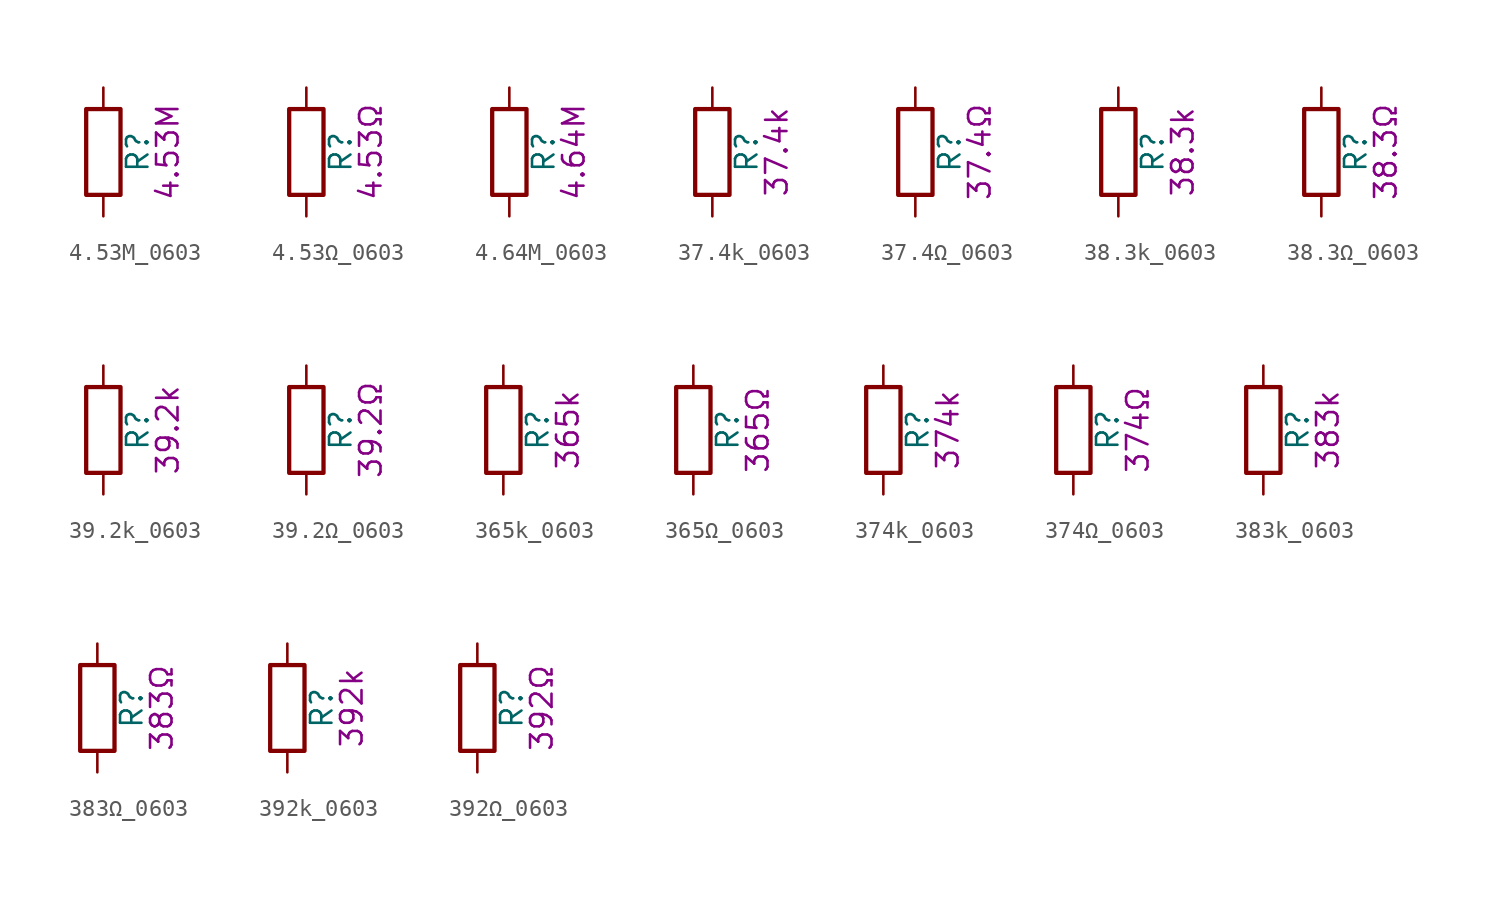
<source format=kicad_sym>
(kicad_symbol_lib
  (version 20211014)
  (generator kicad_symbol_editor)
  (symbol "4.53M_0603"
    (pin_numbers hide)
    (pin_names
      (offset 0))
    (property "Reference" "R"
      (at 2.032 0 90)
      (effects (font (size 1.27 1.27))))
    (property "Display" "4.53M"
      (at 3.81 0 90)
      (effects (font (size 1.27 1.27))))
    (symbol "4.53M_0603_0_1"
      (rectangle (start -1.016 -2.54) (end 1.016 2.54) (stroke (width 0.254) (type default) (color 0 0 0 0)) (fill (type none))))
    (symbol "4.53M_0603_1_1"
      (pin passive line (at 0 3.81 270) (length 1.27) (name "~" (effects (font (size 1.27 1.27)))) (number "1" (effects (font (size 1.27 1.27)))))
      (pin passive line (at 0 -3.81 90) (length 1.27) (name "~" (effects (font (size 1.27 1.27)))) (number "2" (effects (font (size 1.27 1.27)))))))
  (symbol "4.53Ω_0603"
    (pin_numbers hide)
    (pin_names
      (offset 0))
    (property "Reference" "R"
      (at 2.032 0 90)
      (effects (font (size 1.27 1.27))))
    (property "Display" "4.53Ω"
      (at 3.81 0 90)
      (effects (font (size 1.27 1.27))))
    (symbol "4.53Ω_0603_0_1"
      (rectangle (start -1.016 -2.54) (end 1.016 2.54) (stroke (width 0.254) (type default) (color 0 0 0 0)) (fill (type none))))
    (symbol "4.53Ω_0603_1_1"
      (pin passive line (at 0 3.81 270) (length 1.27) (name "~" (effects (font (size 1.27 1.27)))) (number "1" (effects (font (size 1.27 1.27)))))
      (pin passive line (at 0 -3.81 90) (length 1.27) (name "~" (effects (font (size 1.27 1.27)))) (number "2" (effects (font (size 1.27 1.27)))))))
  (symbol "4.64M_0603"
    (pin_numbers hide)
    (pin_names
      (offset 0))
    (property "Reference" "R"
      (at 2.032 0 90)
      (effects (font (size 1.27 1.27))))
    (property "Display" "4.64M"
      (at 3.81 0 90)
      (effects (font (size 1.27 1.27))))
    (symbol "4.64M_0603_0_1"
      (rectangle (start -1.016 -2.54) (end 1.016 2.54) (stroke (width 0.254) (type default) (color 0 0 0 0)) (fill (type none))))
    (symbol "4.64M_0603_1_1"
      (pin passive line (at 0 3.81 270) (length 1.27) (name "~" (effects (font (size 1.27 1.27)))) (number "1" (effects (font (size 1.27 1.27)))))
      (pin passive line (at 0 -3.81 90) (length 1.27) (name "~" (effects (font (size 1.27 1.27)))) (number "2" (effects (font (size 1.27 1.27)))))))
  (symbol "37.4k_0603"
    (pin_numbers hide)
    (pin_names
      (offset 0))
    (property "Reference" "R"
      (at 2.032 0 90)
      (effects (font (size 1.27 1.27))))
    (property "Display" "37.4k"
      (at 3.81 0 90)
      (effects (font (size 1.27 1.27))))
    (symbol "37.4k_0603_0_1"
      (rectangle (start -1.016 -2.54) (end 1.016 2.54) (stroke (width 0.254) (type default) (color 0 0 0 0)) (fill (type none))))
    (symbol "37.4k_0603_1_1"
      (pin passive line (at 0 3.81 270) (length 1.27) (name "~" (effects (font (size 1.27 1.27)))) (number "1" (effects (font (size 1.27 1.27)))))
      (pin passive line (at 0 -3.81 90) (length 1.27) (name "~" (effects (font (size 1.27 1.27)))) (number "2" (effects (font (size 1.27 1.27)))))))
  (symbol "37.4Ω_0603"
    (pin_numbers hide)
    (pin_names
      (offset 0))
    (property "Reference" "R"
      (at 2.032 0 90)
      (effects (font (size 1.27 1.27))))
    (property "Display" "37.4Ω"
      (at 3.81 0 90)
      (effects (font (size 1.27 1.27))))
    (symbol "37.4Ω_0603_0_1"
      (rectangle (start -1.016 -2.54) (end 1.016 2.54) (stroke (width 0.254) (type default) (color 0 0 0 0)) (fill (type none))))
    (symbol "37.4Ω_0603_1_1"
      (pin passive line (at 0 3.81 270) (length 1.27) (name "~" (effects (font (size 1.27 1.27)))) (number "1" (effects (font (size 1.27 1.27)))))
      (pin passive line (at 0 -3.81 90) (length 1.27) (name "~" (effects (font (size 1.27 1.27)))) (number "2" (effects (font (size 1.27 1.27)))))))
  (symbol "38.3k_0603"
    (pin_numbers hide)
    (pin_names
      (offset 0))
    (property "Reference" "R"
      (at 2.032 0 90)
      (effects (font (size 1.27 1.27))))
    (property "Display" "38.3k"
      (at 3.81 0 90)
      (effects (font (size 1.27 1.27))))
    (symbol "38.3k_0603_0_1"
      (rectangle (start -1.016 -2.54) (end 1.016 2.54) (stroke (width 0.254) (type default) (color 0 0 0 0)) (fill (type none))))
    (symbol "38.3k_0603_1_1"
      (pin passive line (at 0 3.81 270) (length 1.27) (name "~" (effects (font (size 1.27 1.27)))) (number "1" (effects (font (size 1.27 1.27)))))
      (pin passive line (at 0 -3.81 90) (length 1.27) (name "~" (effects (font (size 1.27 1.27)))) (number "2" (effects (font (size 1.27 1.27)))))))
  (symbol "38.3Ω_0603"
    (pin_numbers hide)
    (pin_names
      (offset 0))
    (property "Reference" "R"
      (at 2.032 0 90)
      (effects (font (size 1.27 1.27))))
    (property "Display" "38.3Ω"
      (at 3.81 0 90)
      (effects (font (size 1.27 1.27))))
    (symbol "38.3Ω_0603_0_1"
      (rectangle (start -1.016 -2.54) (end 1.016 2.54) (stroke (width 0.254) (type default) (color 0 0 0 0)) (fill (type none))))
    (symbol "38.3Ω_0603_1_1"
      (pin passive line (at 0 3.81 270) (length 1.27) (name "~" (effects (font (size 1.27 1.27)))) (number "1" (effects (font (size 1.27 1.27)))))
      (pin passive line (at 0 -3.81 90) (length 1.27) (name "~" (effects (font (size 1.27 1.27)))) (number "2" (effects (font (size 1.27 1.27)))))))
  (symbol "39.2k_0603"
    (pin_numbers hide)
    (pin_names
      (offset 0))
    (property "Reference" "R"
      (at 2.032 0 90)
      (effects (font (size 1.27 1.27))))
    (property "Display" "39.2k"
      (at 3.81 0 90)
      (effects (font (size 1.27 1.27))))
    (symbol "39.2k_0603_0_1"
      (rectangle (start -1.016 -2.54) (end 1.016 2.54) (stroke (width 0.254) (type default) (color 0 0 0 0)) (fill (type none))))
    (symbol "39.2k_0603_1_1"
      (pin passive line (at 0 3.81 270) (length 1.27) (name "~" (effects (font (size 1.27 1.27)))) (number "1" (effects (font (size 1.27 1.27)))))
      (pin passive line (at 0 -3.81 90) (length 1.27) (name "~" (effects (font (size 1.27 1.27)))) (number "2" (effects (font (size 1.27 1.27)))))))
  (symbol "39.2Ω_0603"
    (pin_numbers hide)
    (pin_names
      (offset 0))
    (property "Reference" "R"
      (at 2.032 0 90)
      (effects (font (size 1.27 1.27))))
    (property "Display" "39.2Ω"
      (at 3.81 0 90)
      (effects (font (size 1.27 1.27))))
    (symbol "39.2Ω_0603_0_1"
      (rectangle (start -1.016 -2.54) (end 1.016 2.54) (stroke (width 0.254) (type default) (color 0 0 0 0)) (fill (type none))))
    (symbol "39.2Ω_0603_1_1"
      (pin passive line (at 0 3.81 270) (length 1.27) (name "~" (effects (font (size 1.27 1.27)))) (number "1" (effects (font (size 1.27 1.27)))))
      (pin passive line (at 0 -3.81 90) (length 1.27) (name "~" (effects (font (size 1.27 1.27)))) (number "2" (effects (font (size 1.27 1.27)))))))
  (symbol "365k_0603"
    (pin_numbers hide)
    (pin_names
      (offset 0))
    (property "Reference" "R"
      (at 2.032 0 90)
      (effects (font (size 1.27 1.27))))
    (property "Display" "365k"
      (at 3.81 0 90)
      (effects (font (size 1.27 1.27))))
    (symbol "365k_0603_0_1"
      (rectangle (start -1.016 -2.54) (end 1.016 2.54) (stroke (width 0.254) (type default) (color 0 0 0 0)) (fill (type none))))
    (symbol "365k_0603_1_1"
      (pin passive line (at 0 3.81 270) (length 1.27) (name "~" (effects (font (size 1.27 1.27)))) (number "1" (effects (font (size 1.27 1.27)))))
      (pin passive line (at 0 -3.81 90) (length 1.27) (name "~" (effects (font (size 1.27 1.27)))) (number "2" (effects (font (size 1.27 1.27)))))))
  (symbol "365Ω_0603"
    (pin_numbers hide)
    (pin_names
      (offset 0))
    (property "Reference" "R"
      (at 2.032 0 90)
      (effects (font (size 1.27 1.27))))
    (property "Display" "365Ω"
      (at 3.81 0 90)
      (effects (font (size 1.27 1.27))))
    (symbol "365Ω_0603_0_1"
      (rectangle (start -1.016 -2.54) (end 1.016 2.54) (stroke (width 0.254) (type default) (color 0 0 0 0)) (fill (type none))))
    (symbol "365Ω_0603_1_1"
      (pin passive line (at 0 3.81 270) (length 1.27) (name "~" (effects (font (size 1.27 1.27)))) (number "1" (effects (font (size 1.27 1.27)))))
      (pin passive line (at 0 -3.81 90) (length 1.27) (name "~" (effects (font (size 1.27 1.27)))) (number "2" (effects (font (size 1.27 1.27)))))))
  (symbol "374k_0603"
    (pin_numbers hide)
    (pin_names
      (offset 0))
    (property "Reference" "R"
      (at 2.032 0 90)
      (effects (font (size 1.27 1.27))))
    (property "Display" "374k"
      (at 3.81 0 90)
      (effects (font (size 1.27 1.27))))
    (symbol "374k_0603_0_1"
      (rectangle (start -1.016 -2.54) (end 1.016 2.54) (stroke (width 0.254) (type default) (color 0 0 0 0)) (fill (type none))))
    (symbol "374k_0603_1_1"
      (pin passive line (at 0 3.81 270) (length 1.27) (name "~" (effects (font (size 1.27 1.27)))) (number "1" (effects (font (size 1.27 1.27)))))
      (pin passive line (at 0 -3.81 90) (length 1.27) (name "~" (effects (font (size 1.27 1.27)))) (number "2" (effects (font (size 1.27 1.27)))))))
  (symbol "374Ω_0603"
    (pin_numbers hide)
    (pin_names
      (offset 0))
    (property "Reference" "R"
      (at 2.032 0 90)
      (effects (font (size 1.27 1.27))))
    (property "Display" "374Ω"
      (at 3.81 0 90)
      (effects (font (size 1.27 1.27))))
    (symbol "374Ω_0603_0_1"
      (rectangle (start -1.016 -2.54) (end 1.016 2.54) (stroke (width 0.254) (type default) (color 0 0 0 0)) (fill (type none))))
    (symbol "374Ω_0603_1_1"
      (pin passive line (at 0 3.81 270) (length 1.27) (name "~" (effects (font (size 1.27 1.27)))) (number "1" (effects (font (size 1.27 1.27)))))
      (pin passive line (at 0 -3.81 90) (length 1.27) (name "~" (effects (font (size 1.27 1.27)))) (number "2" (effects (font (size 1.27 1.27)))))))
  (symbol "383k_0603"
    (pin_numbers hide)
    (pin_names
      (offset 0))
    (property "Reference" "R"
      (at 2.032 0 90)
      (effects (font (size 1.27 1.27))))
    (property "Display" "383k"
      (at 3.81 0 90)
      (effects (font (size 1.27 1.27))))
    (symbol "383k_0603_0_1"
      (rectangle (start -1.016 -2.54) (end 1.016 2.54) (stroke (width 0.254) (type default) (color 0 0 0 0)) (fill (type none))))
    (symbol "383k_0603_1_1"
      (pin passive line (at 0 3.81 270) (length 1.27) (name "~" (effects (font (size 1.27 1.27)))) (number "1" (effects (font (size 1.27 1.27)))))
      (pin passive line (at 0 -3.81 90) (length 1.27) (name "~" (effects (font (size 1.27 1.27)))) (number "2" (effects (font (size 1.27 1.27)))))))
  (symbol "383Ω_0603"
    (pin_numbers hide)
    (pin_names
      (offset 0))
    (property "Reference" "R"
      (at 2.032 0 90)
      (effects (font (size 1.27 1.27))))
    (property "Display" "383Ω"
      (at 3.81 0 90)
      (effects (font (size 1.27 1.27))))
    (symbol "383Ω_0603_0_1"
      (rectangle (start -1.016 -2.54) (end 1.016 2.54) (stroke (width 0.254) (type default) (color 0 0 0 0)) (fill (type none))))
    (symbol "383Ω_0603_1_1"
      (pin passive line (at 0 3.81 270) (length 1.27) (name "~" (effects (font (size 1.27 1.27)))) (number "1" (effects (font (size 1.27 1.27)))))
      (pin passive line (at 0 -3.81 90) (length 1.27) (name "~" (effects (font (size 1.27 1.27)))) (number "2" (effects (font (size 1.27 1.27)))))))
  (symbol "392k_0603"
    (pin_numbers hide)
    (pin_names
      (offset 0))
    (property "Reference" "R"
      (at 2.032 0 90)
      (effects (font (size 1.27 1.27))))
    (property "Display" "392k"
      (at 3.81 0 90)
      (effects (font (size 1.27 1.27))))
    (symbol "392k_0603_0_1"
      (rectangle (start -1.016 -2.54) (end 1.016 2.54) (stroke (width 0.254) (type default) (color 0 0 0 0)) (fill (type none))))
    (symbol "392k_0603_1_1"
      (pin passive line (at 0 3.81 270) (length 1.27) (name "~" (effects (font (size 1.27 1.27)))) (number "1" (effects (font (size 1.27 1.27)))))
      (pin passive line (at 0 -3.81 90) (length 1.27) (name "~" (effects (font (size 1.27 1.27)))) (number "2" (effects (font (size 1.27 1.27)))))))
  (symbol "392Ω_0603"
    (pin_numbers hide)
    (pin_names
      (offset 0))
    (property "Reference" "R"
      (at 2.032 0 90)
      (effects (font (size 1.27 1.27))))
    (property "Display" "392Ω"
      (at 3.81 0 90)
      (effects (font (size 1.27 1.27))))
    (symbol "392Ω_0603_0_1"
      (rectangle (start -1.016 -2.54) (end 1.016 2.54) (stroke (width 0.254) (type default) (color 0 0 0 0)) (fill (type none))))
    (symbol "392Ω_0603_1_1"
      (pin passive line (at 0 3.81 270) (length 1.27) (name "~" (effects (font (size 1.27 1.27)))) (number "1" (effects (font (size 1.27 1.27)))))
      (pin passive line (at 0 -3.81 90) (length 1.27) (name "~" (effects (font (size 1.27 1.27)))) (number "2" (effects (font (size 1.27 1.27))))))))
</source>
